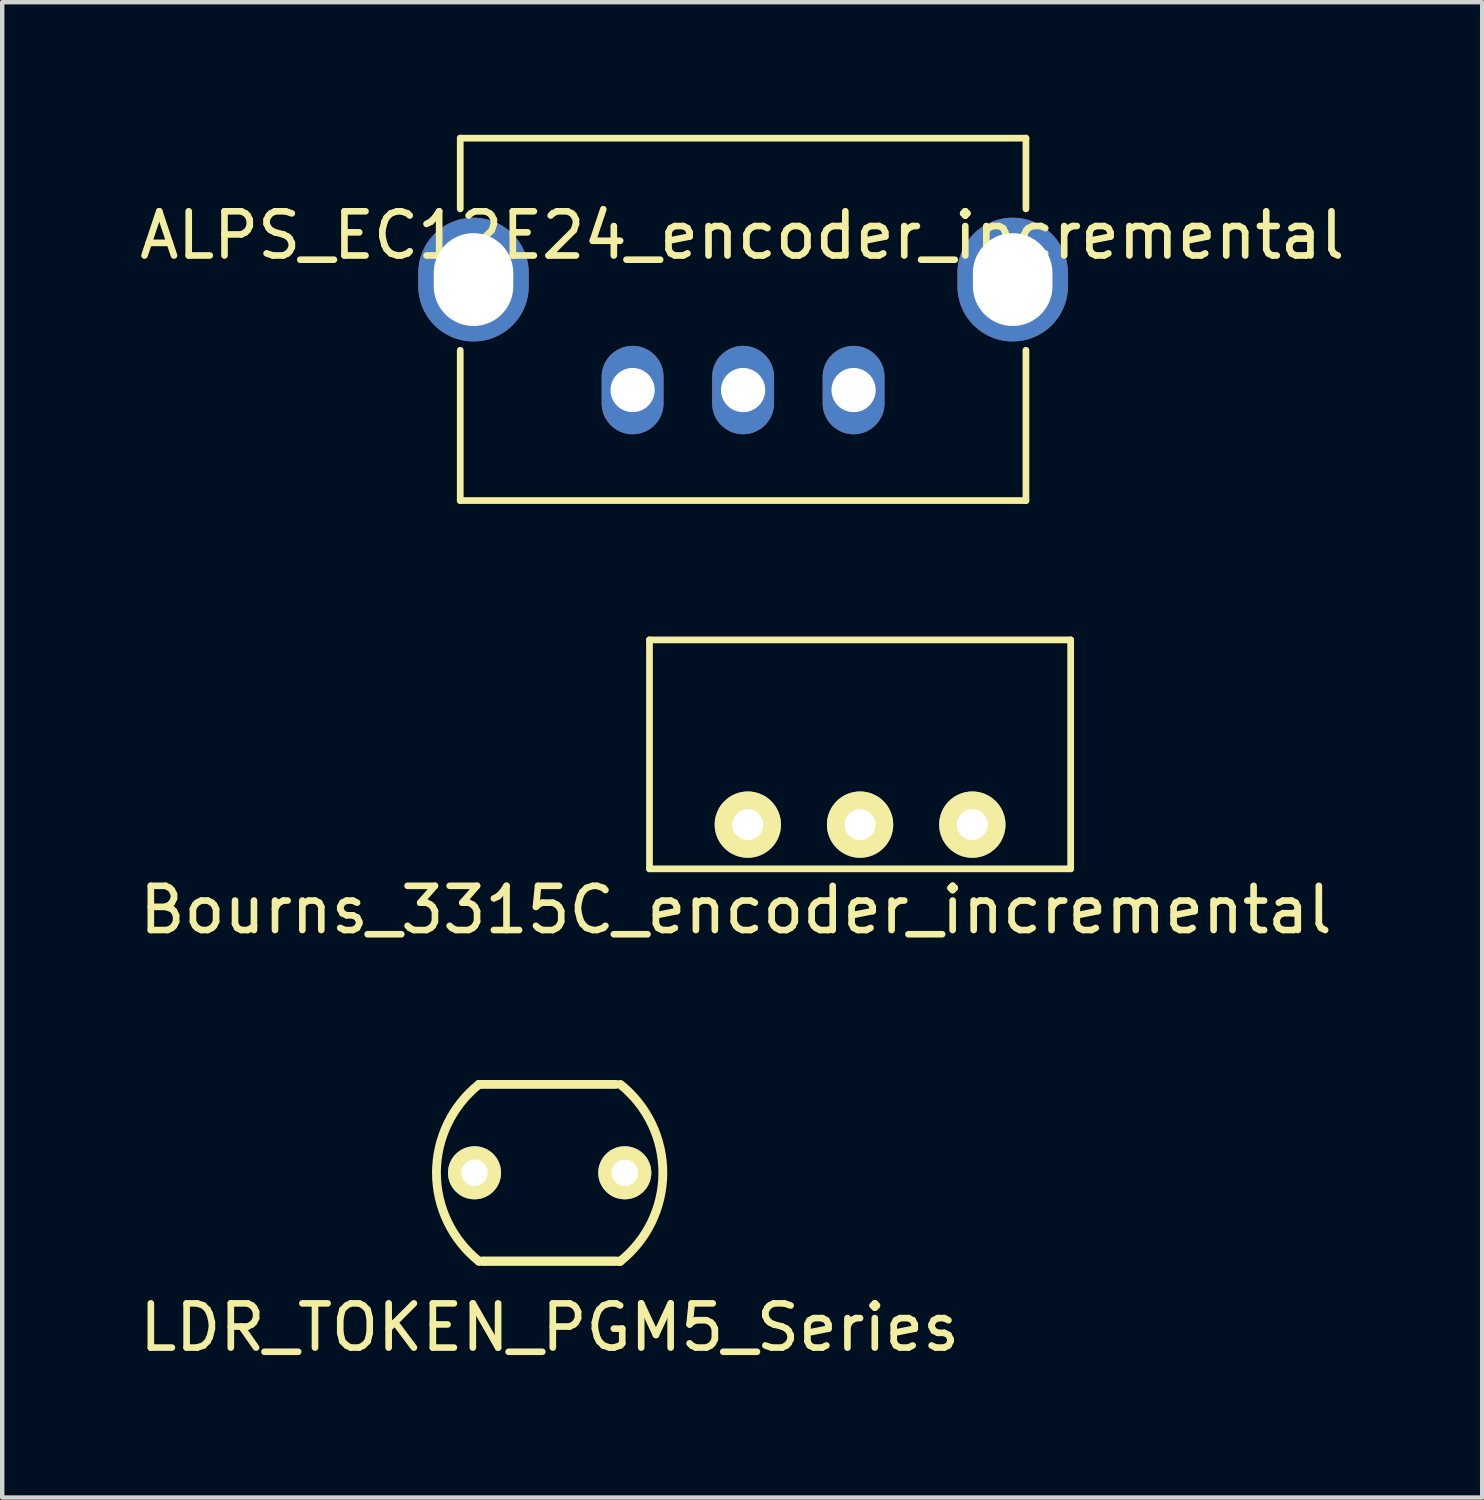
<source format=kicad_pcb>
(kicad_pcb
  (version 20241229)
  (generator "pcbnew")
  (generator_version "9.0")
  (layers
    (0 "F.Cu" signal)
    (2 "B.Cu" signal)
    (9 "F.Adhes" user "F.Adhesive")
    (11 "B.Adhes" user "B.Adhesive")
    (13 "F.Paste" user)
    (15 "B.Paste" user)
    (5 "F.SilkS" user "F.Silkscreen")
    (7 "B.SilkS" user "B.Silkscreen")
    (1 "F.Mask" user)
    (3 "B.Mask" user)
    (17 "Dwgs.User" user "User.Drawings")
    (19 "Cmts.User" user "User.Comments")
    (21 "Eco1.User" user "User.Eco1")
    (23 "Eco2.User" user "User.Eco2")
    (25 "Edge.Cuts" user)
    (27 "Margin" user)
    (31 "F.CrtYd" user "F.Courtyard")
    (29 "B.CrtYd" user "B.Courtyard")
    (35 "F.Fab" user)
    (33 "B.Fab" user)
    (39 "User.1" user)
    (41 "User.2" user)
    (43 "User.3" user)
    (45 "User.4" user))
  (footprint "Bourns_3315C_encoder_incremental"
    (layer "F.Cu")
    (at 16.411 15.609)
    (property "Reference" "Bourns_3315C_encoder_incremental" (at -2.81 1.93 0) (layer "F.SilkS") (effects (font (size 1 1) (thickness 0.15))))
    (attr through_hole)
    (fp_line (start -4.765 -4.18) (end -4.765 1) (stroke (width 0.152) (type solid)) (layer "F.SilkS"))
    (fp_line (start -4.765 -4.18) (end 4.765 -4.18) (stroke (width 0.152) (type solid)) (layer "F.SilkS"))
    (fp_line (start 4.765 -4.18) (end 4.765 1) (stroke (width 0.152) (type solid)) (layer "F.SilkS"))
    (fp_line (start 4.765 1) (end -4.765 1) (stroke (width 0.152) (type solid)) (layer "F.SilkS"))
    (pad "A" thru_hole circle (at 2.54 0) (size 1.5 1.5) (drill 0.7) (layers "*.Cu" "*.Mask" "F.SilkS"))
    (pad "B" thru_hole circle (at -2.54 0) (size 1.5 1.5) (drill 0.7) (layers "*.Cu" "*.Mask" "F.SilkS"))
    (pad "C" thru_hole circle (at 0 0) (size 1.5 1.5) (drill 0.7) (layers "*.Cu" "*.Mask" "F.SilkS")))
  (footprint "LDR_TOKEN_PGM5_Series"
    (layer "F.Cu")
    (at 9.387 23.487)
    (property "Reference" "LDR_TOKEN_PGM5_Series" (at 0 3.5 0) (layer "F.SilkS") (effects (font (size 1 1) (thickness 0.15))))
    (attr through_hole)
    (fp_line (start -1.6 -2) (end 1.5 -2) (stroke (width 0.2) (type solid)) (layer "F.SilkS"))
    (fp_line (start -1.6 2) (end -1.5 2) (stroke (width 0.2) (type solid)) (layer "F.SilkS"))
    (fp_line (start -1.5 2) (end 1.5 2) (stroke (width 0.2) (type solid)) (layer "F.SilkS"))
    (fp_line (start -1.5 2) (end 1.6 2) (stroke (width 0.2) (type solid)) (layer "F.SilkS"))
    (fp_arc (start -1.6 2) (mid -2.56125 0) (end -1.6 -2) (stroke (width 0.2) (type solid)) (layer "F.SilkS"))
    (fp_arc (start 1.6 -2) (mid 2.561236 0.008262) (end 1.587064 2.010281) (stroke (width 0.2) (type solid)) (layer "F.SilkS"))
    (pad "1" thru_hole circle (at -1.7 0) (size 1.2 1.2) (drill 0.6) (layers "*.Cu" "*.Mask" "F.SilkS"))
    (pad "2" thru_hole circle (at 1.7 0) (size 1.2 1.2) (drill 0.6) (layers "*.Cu" "*.Mask" "F.SilkS")))
  (footprint "ALPS_EC12E24_encoder_incremental"
    (layer "F.Cu")
    (at 13.764 5.776)
    (property "Reference" "ALPS_EC12E24_encoder_incremental" (at -0.02 -3.5 0) (layer "F.SilkS") (effects (font (size 1 1) (thickness 0.15))))
    (attr through_hole)
    (fp_line (start -6.4 -5.7) (end 6.4 -5.7) (stroke (width 0.152) (type solid)) (layer "F.SilkS"))
    (fp_line (start -6.4 -4.1) (end -6.4 -5.7) (stroke (width 0.152) (type solid)) (layer "F.SilkS"))
    (fp_line (start -6.4 2.5) (end -6.4 -0.9) (stroke (width 0.152) (type solid)) (layer "F.SilkS"))
    (fp_line (start -6.4 2.5) (end 6.4 2.5) (stroke (width 0.152) (type solid)) (layer "F.SilkS"))
    (fp_line (start 6.4 -5.7) (end 6.4 -4.1) (stroke (width 0.152) (type solid)) (layer "F.SilkS"))
    (fp_line (start 6.4 -0.9) (end 6.4 2.5) (stroke (width 0.152) (type solid)) (layer "F.SilkS"))
    (pad "0" thru_hole oval (at -6.1 -2.5) (size 2.5 2.8) (drill oval 1.8 2.1) (layers "*.Cu" "*.Mask"))
    (pad "0" thru_hole oval (at 6.1 -2.5) (size 2.5 2.8) (drill oval 1.8 2.1) (layers "*.Cu" "*.Mask"))
    (pad "A" thru_hole oval (at -2.5 0) (size 1.4 2) (drill 1) (layers "*.Cu" "*.Mask"))
    (pad "B" thru_hole oval (at 2.5 0) (size 1.4 2) (drill 1) (layers "*.Cu" "*.Mask"))
    (pad "C" thru_hole oval (at 0 0) (size 1.4 2) (drill 1) (layers "*.Cu" "*.Mask")))
  (gr_rect
    (start -3 -3)
    (end 30.488 30.835)
    (stroke (width 0.1) (type default))
    (fill no)
    (layer "Edge.Cuts")))
</source>
